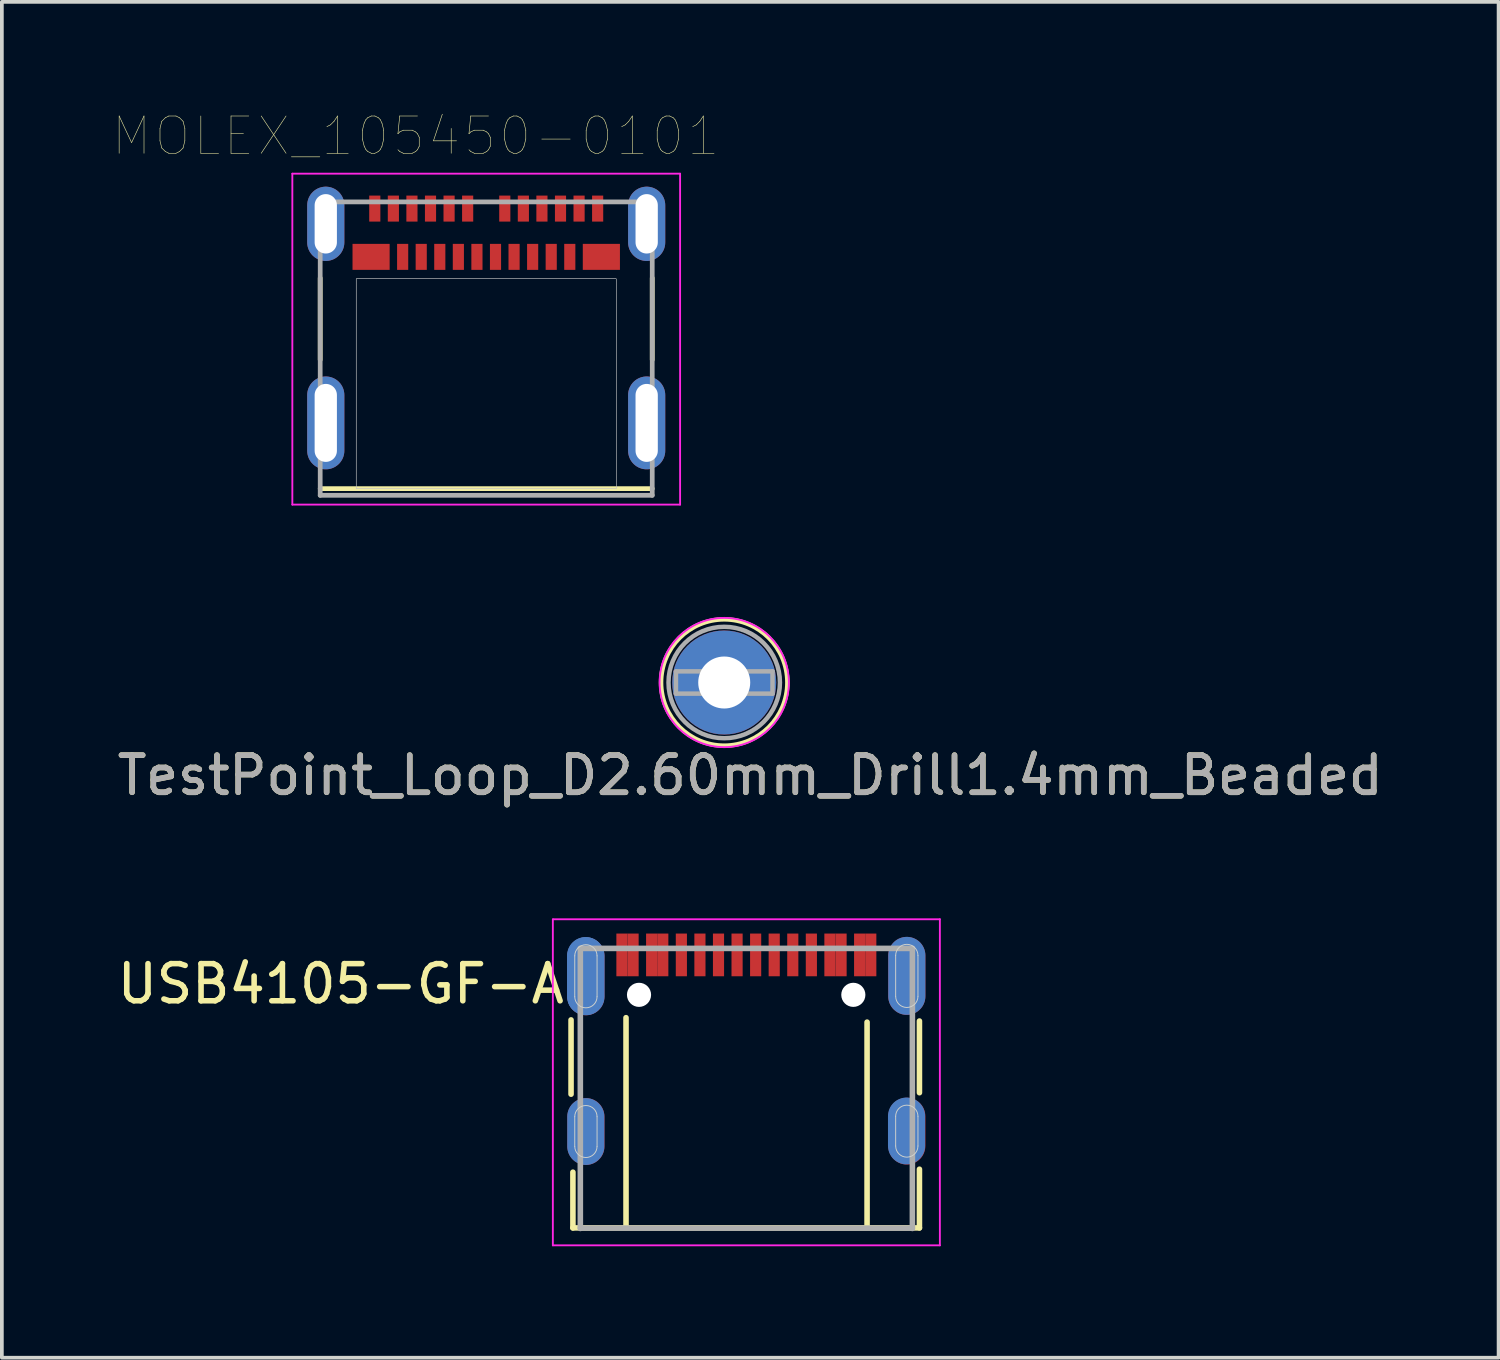
<source format=kicad_pcb>
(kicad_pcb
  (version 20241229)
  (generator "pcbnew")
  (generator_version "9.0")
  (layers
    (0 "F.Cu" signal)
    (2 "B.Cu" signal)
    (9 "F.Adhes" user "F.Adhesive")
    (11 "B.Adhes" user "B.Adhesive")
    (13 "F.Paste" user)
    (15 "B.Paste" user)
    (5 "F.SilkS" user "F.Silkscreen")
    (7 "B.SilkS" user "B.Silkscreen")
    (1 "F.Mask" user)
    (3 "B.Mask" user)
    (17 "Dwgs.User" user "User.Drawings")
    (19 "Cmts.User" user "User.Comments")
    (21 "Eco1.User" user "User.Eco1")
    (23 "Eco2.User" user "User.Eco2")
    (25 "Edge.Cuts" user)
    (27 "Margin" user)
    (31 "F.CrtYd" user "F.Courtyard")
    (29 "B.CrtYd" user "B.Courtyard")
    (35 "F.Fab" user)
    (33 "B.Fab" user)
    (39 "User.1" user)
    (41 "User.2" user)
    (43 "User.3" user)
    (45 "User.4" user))
  (footprint "USB4105-GF-A"
    (layer "F.Cu")
    (at 17.045 26.15)
    (property "Reference" "USB4105-GF-A" (at -10.92 -2.71 0) (layer "F.SilkS") (effects (font (size 1 1) (thickness 0.15))))
    (attr through_hole)
    (fp_line (start -4.72 -1.74) (end -4.72 0.26) (stroke (width 0.15) (type solid)) (layer "F.SilkS"))
    (fp_line (start -4.67 2.36) (end -4.67 3.86) (stroke (width 0.15) (type solid)) (layer "F.SilkS"))
    (fp_line (start -4.67 3.86) (end 4.66 3.86) (stroke (width 0.15) (type solid)) (layer "F.SilkS"))
    (fp_line (start -3.24 -1.8) (end -3.24 3.83) (stroke (width 0.15) (type solid)) (layer "F.SilkS"))
    (fp_line (start 3.25 -1.68) (end 3.25 3.84) (stroke (width 0.15) (type solid)) (layer "F.SilkS"))
    (fp_line (start 4.66 -1.71) (end 4.66 0.22) (stroke (width 0.15) (type solid)) (layer "F.SilkS"))
    (fp_line (start 4.66 3.86) (end 4.66 2.28) (stroke (width 0.15) (type solid)) (layer "F.SilkS"))
    (fp_line (start -4.62 -3.465) (end -4.62 -2.365) (stroke (width 0.025) (type solid)) (layer "Edge.Cuts"))
    (fp_line (start -4.62 0.865) (end -4.62 1.665) (stroke (width 0.025) (type solid)) (layer "Edge.Cuts"))
    (fp_line (start -4.02 -3.465) (end -4.02 -2.365) (stroke (width 0.025) (type solid)) (layer "Edge.Cuts"))
    (fp_line (start -4.02 0.865) (end -4.02 1.665) (stroke (width 0.025) (type solid)) (layer "Edge.Cuts"))
    (fp_line (start 4.02 -3.475) (end 4.02 -2.375) (stroke (width 0.025) (type solid)) (layer "Edge.Cuts"))
    (fp_line (start 4.02 0.855) (end 4.02 1.655) (stroke (width 0.025) (type solid)) (layer "Edge.Cuts"))
    (fp_line (start 4.62 -3.475) (end 4.62 -2.375) (stroke (width 0.025) (type solid)) (layer "Edge.Cuts"))
    (fp_line (start 4.62 0.855) (end 4.62 1.655) (stroke (width 0.025) (type solid)) (layer "Edge.Cuts"))
    (fp_arc (start -4.62 -3.465) (mid -4.32 -3.765) (end -4.02 -3.465) (stroke (width 0.0254) (type solid)) (layer "Edge.Cuts"))
    (fp_arc (start -4.62 0.865) (mid -4.32 0.565) (end -4.02 0.865) (stroke (width 0.0254) (type solid)) (layer "Edge.Cuts"))
    (fp_arc (start -4.02 -2.365) (mid -4.32 -2.065) (end -4.62 -2.365) (stroke (width 0.0254) (type solid)) (layer "Edge.Cuts"))
    (fp_arc (start -4.02 1.665) (mid -4.32 1.965) (end -4.62 1.665) (stroke (width 0.0254) (type solid)) (layer "Edge.Cuts"))
    (fp_arc (start 4.02 -3.475) (mid 4.32 -3.775) (end 4.62 -3.475) (stroke (width 0.0254) (type solid)) (layer "Edge.Cuts"))
    (fp_arc (start 4.02 0.855) (mid 4.32 0.555) (end 4.62 0.855) (stroke (width 0.0254) (type solid)) (layer "Edge.Cuts"))
    (fp_arc (start 4.62 -2.375) (mid 4.32 -2.075) (end 4.02 -2.375) (stroke (width 0.0254) (type solid)) (layer "Edge.Cuts"))
    (fp_arc (start 4.62 1.655) (mid 4.32 1.955) (end 4.02 1.655) (stroke (width 0.0254) (type solid)) (layer "Edge.Cuts"))
    (fp_line (start -5.21 4.33) (end -5.21 -4.45) (stroke (width 0.05) (type solid)) (layer "F.CrtYd"))
    (fp_line (start -5.2 -4.45) (end 5.21 -4.45) (stroke (width 0.05) (type solid)) (layer "F.CrtYd"))
    (fp_line (start 5.21 -4.45) (end 5.21 4.33) (stroke (width 0.05) (type solid)) (layer "F.CrtYd"))
    (fp_line (start 5.21 4.33) (end -5.21 4.33) (stroke (width 0.05) (type solid)) (layer "F.CrtYd"))
    (fp_line (start -4.47 -3.665) (end -4.47 3.875) (stroke (width 0.15) (type solid)) (layer "F.Fab"))
    (fp_line (start -4.47 -3.665) (end 4.47 -3.665) (stroke (width 0.15) (type solid)) (layer "F.Fab"))
    (fp_line (start -4.47 3.865) (end 4.47 3.865) (stroke (width 0.15) (type solid)) (layer "F.Fab"))
    (fp_line (start 4.47 3.875) (end 4.47 -3.665) (stroke (width 0.15) (type solid)) (layer "F.Fab"))
    (pad "" np_thru_hole circle (at -2.89 -2.415) (size 0.65 0.65) (drill 0.65) (layers "*.Cu" "*.Mask"))
    (pad "" np_thru_hole circle (at 2.88 -2.415) (size 0.65 0.65) (drill 0.65) (layers "*.Cu" "*.Mask"))
    (pad "A1" smd rect (at -3.35 -3.49) (size 0.3 1.15) (layers "F.Cu" "F.Mask" "F.Paste"))
    (pad "A4" smd rect (at -2.55 -3.49) (size 0.3 1.15) (layers "F.Cu" "F.Mask" "F.Paste"))
    (pad "A5" smd rect (at -1.25 -3.49) (size 0.3 1.15) (layers "F.Cu" "F.Mask" "F.Paste"))
    (pad "A6" smd rect (at -0.25 -3.49) (size 0.3 1.15) (layers "F.Cu" "F.Mask" "F.Paste"))
    (pad "A7" smd rect (at 0.25 -3.49) (size 0.3 1.15) (layers "F.Cu" "F.Mask" "F.Paste"))
    (pad "A8" smd rect (at 1.25 -3.49) (size 0.3 1.15) (layers "F.Cu" "F.Mask" "F.Paste"))
    (pad "A9" smd rect (at 2.55 -3.49) (size 0.3 1.15) (layers "F.Cu" "F.Mask" "F.Paste"))
    (pad "A12" smd rect (at 3.35 -3.49) (size 0.3 1.15) (layers "F.Cu" "F.Mask" "F.Paste"))
    (pad "B1" smd rect (at 3.05 -3.49) (size 0.3 1.15) (layers "F.Cu" "F.Mask" "F.Paste"))
    (pad "B4" smd rect (at 2.25 -3.49) (size 0.3 1.15) (layers "F.Cu" "F.Mask" "F.Paste"))
    (pad "B5" smd rect (at 1.75 -3.49) (size 0.3 1.15) (layers "F.Cu" "F.Mask" "F.Paste"))
    (pad "B6" smd rect (at 0.75 -3.49) (size 0.3 1.15) (layers "F.Cu" "F.Mask" "F.Paste"))
    (pad "B7" smd rect (at -0.75 -3.49) (size 0.3 1.15) (layers "F.Cu" "F.Mask" "F.Paste"))
    (pad "B8" smd rect (at -1.75 -3.49) (size 0.3 1.15) (layers "F.Cu" "F.Mask" "F.Paste"))
    (pad "B9" smd rect (at -2.25 -3.49) (size 0.3 1.15) (layers "F.Cu" "F.Mask" "F.Paste"))
    (pad "B12" smd rect (at -3.05 -3.49) (size 0.3 1.15) (layers "F.Cu" "F.Mask" "F.Paste"))
    (pad "S1" smd oval (at -4.328 -2.921) (size 1 2.1) (layers "B.Cu" "B.Mask" "B.Paste"))
    (pad "S1" smd oval (at -4.323 1.265) (size 1 1.8) (layers "B.Cu" "B.Mask" "B.Paste"))
    (pad "S1" smd oval (at -4.32 -2.916) (size 1 2.1) (layers "F.Mask" "B.Cu" "F.Paste"))
    (pad "S1" smd oval (at -4.32 -2.915) (size 1 2.1) (layers "F.Cu" "F.Mask" "F.Paste"))
    (pad "S1" smd oval (at -4.32 1.265) (size 1 1.8) (layers "F.Cu" "F.Mask" "F.Paste"))
    (pad "S1" smd oval (at 4.313 1.25) (size 1 1.8) (layers "B.Cu" "B.Mask" "B.Paste"))
    (pad "S1" smd oval (at 4.32 -2.926) (size 1 2.1) (layers "B.Cu" "B.Mask" "B.Paste"))
    (pad "S1" smd oval (at 4.32 -2.925) (size 1 2.1) (layers "F.Cu" "F.Mask" "F.Paste"))
    (pad "S1" smd oval (at 4.32 1.255) (size 1 1.8) (layers "F.Cu" "F.Mask" "F.Paste")))
  (footprint "MOLEX_105450-0101"
    (layer "F.Cu")
    (at 10.041 6.336)
    (property "Reference" "MOLEX_105450-0101" (at -1.899 -5.723 0) (layer "F.SilkS") (effects (font (size 1.004 1.004) (thickness 0.015))))
    (attr through_hole)
    (fp_line (start -4.47 0.3) (end -4.47 -1.9) (stroke (width 0.127) (type solid)) (layer "F.SilkS"))
    (fp_line (start -4.47 3.77) (end 4.47 3.77) (stroke (width 0.127) (type solid)) (layer "F.SilkS"))
    (fp_line (start 4.47 0.3) (end 4.47 -1.9) (stroke (width 0.127) (type solid)) (layer "F.SilkS"))
    (fp_poly (pts (xy -3.502 -1.88) (xy 3.5 -1.88) (xy 3.5 3.773) (xy -3.502 3.773)) (stroke (width 0.01) (type solid)) (fill no) (layer "Dwgs.User"))
    (fp_poly (pts (xy -3.501 -1.88) (xy 3.5 -1.88) (xy 3.5 3.771) (xy -3.501 3.771)) (stroke (width 0.01) (type solid)) (fill no) (layer "Dwgs.User"))
    (fp_line (start -5.22 -4.71) (end 5.22 -4.71) (stroke (width 0.05) (type solid)) (layer "F.CrtYd"))
    (fp_line (start -5.22 4.2) (end -5.22 -4.71) (stroke (width 0.05) (type solid)) (layer "F.CrtYd"))
    (fp_line (start 5.22 -4.71) (end 5.22 4.2) (stroke (width 0.05) (type solid)) (layer "F.CrtYd"))
    (fp_line (start 5.22 4.2) (end -5.22 4.2) (stroke (width 0.05) (type solid)) (layer "F.CrtYd"))
    (fp_line (start -4.47 -3.95) (end -4.47 3.95) (stroke (width 0.127) (type solid)) (layer "F.Fab"))
    (fp_line (start -4.47 3.95) (end 4.47 3.95) (stroke (width 0.127) (type solid)) (layer "F.Fab"))
    (fp_line (start 4.47 -3.95) (end -4.47 -3.95) (stroke (width 0.127) (type solid)) (layer "F.Fab"))
    (fp_line (start 4.47 3.95) (end 4.47 -3.95) (stroke (width 0.127) (type solid)) (layer "F.Fab"))
    (pad "A1" smd rect (at -3 -3.77) (size 0.3 0.7) (layers "F.Cu" "F.Mask" "F.Paste"))
    (pad "A2" smd rect (at -2.5 -3.77) (size 0.3 0.7) (layers "F.Cu" "F.Mask" "F.Paste"))
    (pad "A3" smd rect (at -2 -3.77) (size 0.3 0.7) (layers "F.Cu" "F.Mask" "F.Paste"))
    (pad "A4" smd rect (at -1.5 -3.77) (size 0.3 0.7) (layers "F.Cu" "F.Mask" "F.Paste"))
    (pad "A5" smd rect (at -1 -3.77) (size 0.3 0.7) (layers "F.Cu" "F.Mask" "F.Paste"))
    (pad "A6" smd rect (at -0.5 -3.77) (size 0.3 0.7) (layers "F.Cu" "F.Mask" "F.Paste"))
    (pad "A7" smd rect (at 0.5 -3.77) (size 0.3 0.7) (layers "F.Cu" "F.Mask" "F.Paste"))
    (pad "A8" smd rect (at 1 -3.77) (size 0.3 0.7) (layers "F.Cu" "F.Mask" "F.Paste"))
    (pad "A9" smd rect (at 1.5 -3.77) (size 0.3 0.7) (layers "F.Cu" "F.Mask" "F.Paste"))
    (pad "A10" smd rect (at 2 -3.77) (size 0.3 0.7) (layers "F.Cu" "F.Mask" "F.Paste"))
    (pad "A11" smd rect (at 2.5 -3.77) (size 0.3 0.7) (layers "F.Cu" "F.Mask" "F.Paste"))
    (pad "A12" smd rect (at 3 -3.77) (size 0.3 0.7) (layers "F.Cu" "F.Mask" "F.Paste"))
    (pad "B1" smd rect (at 3.1 -2.47) (size 1 0.7) (layers "F.Cu" "F.Mask" "F.Paste"))
    (pad "B2" smd rect (at 2.25 -2.47) (size 0.3 0.7) (layers "F.Cu" "F.Mask" "F.Paste"))
    (pad "B3" smd rect (at 1.75 -2.47) (size 0.3 0.7) (layers "F.Cu" "F.Mask" "F.Paste"))
    (pad "B4" smd rect (at 1.25 -2.47) (size 0.3 0.7) (layers "F.Cu" "F.Mask" "F.Paste"))
    (pad "B5" smd rect (at 0.75 -2.47) (size 0.3 0.7) (layers "F.Cu" "F.Mask" "F.Paste"))
    (pad "B6" smd rect (at 0.25 -2.47) (size 0.3 0.7) (layers "F.Cu" "F.Mask" "F.Paste"))
    (pad "B7" smd rect (at -0.25 -2.47) (size 0.3 0.7) (layers "F.Cu" "F.Mask" "F.Paste"))
    (pad "B8" smd rect (at -0.75 -2.47) (size 0.3 0.7) (layers "F.Cu" "F.Mask" "F.Paste"))
    (pad "B9" smd rect (at -1.25 -2.47) (size 0.3 0.7) (layers "F.Cu" "F.Mask" "F.Paste"))
    (pad "B10" smd rect (at -1.75 -2.47) (size 0.3 0.7) (layers "F.Cu" "F.Mask" "F.Paste"))
    (pad "B11" smd rect (at -2.25 -2.47) (size 0.3 0.7) (layers "F.Cu" "F.Mask" "F.Paste"))
    (pad "B12" smd rect (at -3.1 -2.47) (size 1 0.7) (layers "F.Cu" "F.Mask" "F.Paste"))
    (pad "S1" thru_hole oval (at -4.32 -3.36) (size 1 2) (drill oval 0.6 1.6) (layers "*.Cu" "*.Paste" "*.Mask"))
    (pad "S1" thru_hole oval (at -4.32 2) (size 1 2.5) (drill oval 0.6 2.1) (layers "*.Cu" "*.Paste" "*.Mask"))
    (pad "S1" thru_hole oval (at 4.32 -3.36) (size 1 2) (drill oval 0.6 1.6) (layers "*.Cu" "*.Paste" "*.Mask"))
    (pad "S1" thru_hole oval (at 4.32 2) (size 1 2.5) (drill oval 0.6 2.1) (layers "*.Cu" "*.Paste" "*.Mask")))
  (footprint "TestPoint_Loop_D2.60mm_Drill1.4mm_Beaded"
    (layer "F.Cu")
    (at 16.449 15.326)
    (property "Reference" "TestPoint_Loop_D2.60mm_Drill1.4mm_Beaded" (at 0.7 2.5 0) (layer "F.SilkS") (effects (font (size 1 1) (thickness 0.15))))
    (attr through_hole)
    (fp_circle (center 0 0) (end 1.7 0) (stroke (width 0.12) (type solid)) (fill no) (layer "F.SilkS"))
    (fp_circle (center 0 0) (end 1.74 0) (stroke (width 0.05) (type solid)) (fill no) (layer "F.CrtYd"))
    (fp_line (start -1.3 -0.3) (end -1.3 0.3) (stroke (width 0.12) (type solid)) (layer "F.Fab"))
    (fp_line (start -1.3 0.3) (end 1.3 0.3) (stroke (width 0.12) (type solid)) (layer "F.Fab"))
    (fp_line (start 1.3 -0.3) (end -1.3 -0.3) (stroke (width 0.12) (type solid)) (layer "F.Fab"))
    (fp_line (start 1.3 0.3) (end 1.3 -0.3) (stroke (width 0.12) (type solid)) (layer "F.Fab"))
    (fp_circle (center 0 0) (end 1.5 0) (stroke (width 0.12) (type solid)) (fill no) (layer "F.Fab"))
    (fp_text user "${REFERENCE}" (at 0.7 2.5 0) (layer "F.Fab") (effects (font (size 1 1) (thickness 0.15))))
    (pad "1" thru_hole circle (at 0 0) (size 2.8 2.8) (drill 1.4) (layers "*.Cu" "*.Mask")))
  (gr_rect
    (start -3 -3)
    (end 37.298 33.505)
    (stroke (width 0.1) (type default))
    (fill no)
    (layer "Edge.Cuts")))
</source>
